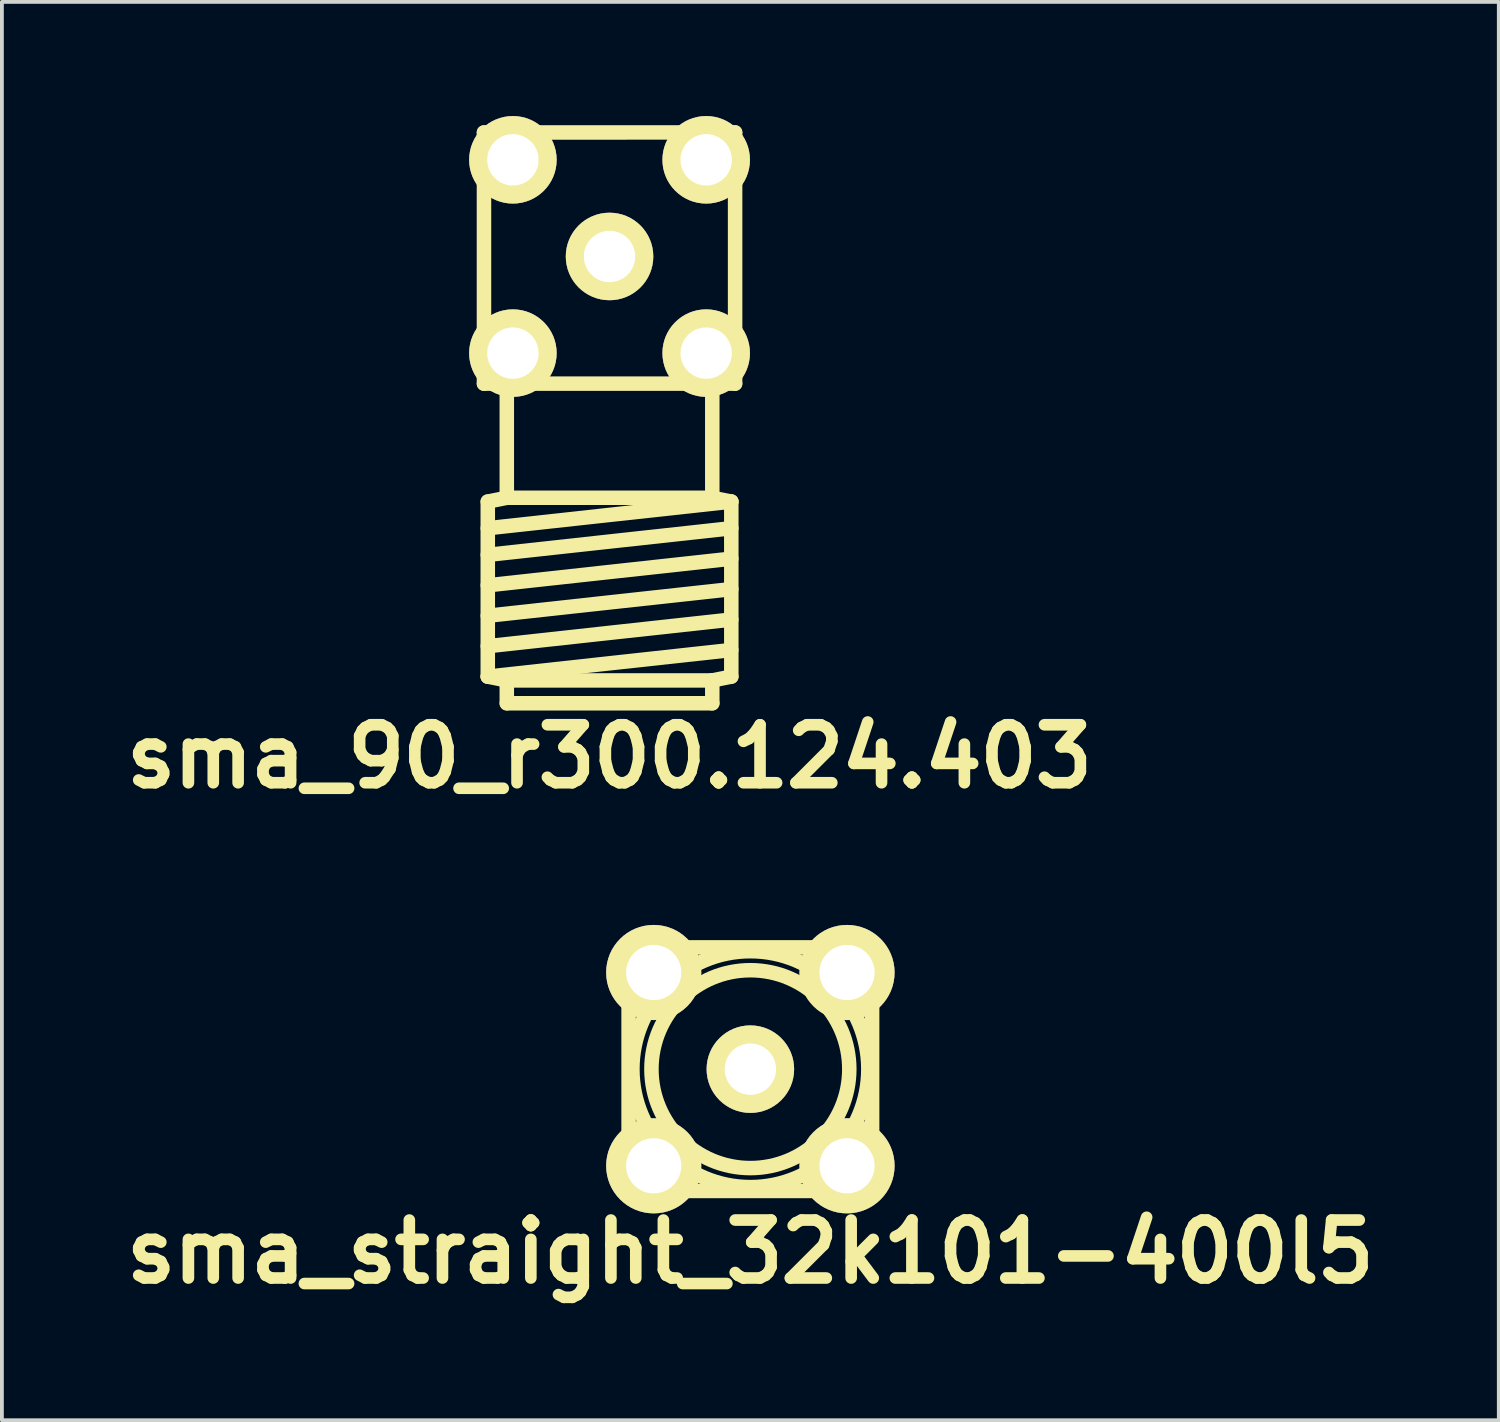
<source format=kicad_pcb>
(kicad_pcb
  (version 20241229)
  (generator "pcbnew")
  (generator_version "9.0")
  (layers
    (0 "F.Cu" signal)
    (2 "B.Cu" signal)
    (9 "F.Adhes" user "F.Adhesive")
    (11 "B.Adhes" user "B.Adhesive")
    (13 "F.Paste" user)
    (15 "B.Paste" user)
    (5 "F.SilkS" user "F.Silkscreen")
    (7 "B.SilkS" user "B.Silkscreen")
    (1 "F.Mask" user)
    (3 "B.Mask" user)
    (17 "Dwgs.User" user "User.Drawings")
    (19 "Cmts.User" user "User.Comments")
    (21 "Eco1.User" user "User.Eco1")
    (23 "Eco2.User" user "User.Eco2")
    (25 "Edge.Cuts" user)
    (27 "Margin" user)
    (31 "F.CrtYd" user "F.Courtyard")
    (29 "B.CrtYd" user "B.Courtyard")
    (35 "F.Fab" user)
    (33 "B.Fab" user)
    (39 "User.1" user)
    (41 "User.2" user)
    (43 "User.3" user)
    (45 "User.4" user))
  (footprint "sma_straight_32k101-400l5"
    (layer "F.Cu")
    (at 16.67 25.048)
    (property "Reference" "sma_straight_32k101-400l5" (at 0 4.8 0) (layer "F.SilkS") (effects (font (size 1.524 1.524) (thickness 0.305))))
    (attr through_hole)
    (fp_line (start -3.2 -3.2) (end -3.2 3.2) (stroke (width 0.381) (type solid)) (layer "F.SilkS"))
    (fp_line (start -3.2 -3.2) (end 3.2 -3.2) (stroke (width 0.381) (type solid)) (layer "F.SilkS"))
    (fp_line (start 3.2 -3.2) (end 3.2 3.2) (stroke (width 0.381) (type solid)) (layer "F.SilkS"))
    (fp_line (start 3.2 3.2) (end -3.2 3.2) (stroke (width 0.381) (type solid)) (layer "F.SilkS"))
    (fp_circle (center 0 0) (end -3.1 0) (stroke (width 0.381) (type solid)) (fill no) (layer "F.SilkS"))
    (fp_circle (center 0 0) (end -2.6 0) (stroke (width 0.381) (type solid)) (fill no) (layer "F.SilkS"))
    (fp_circle (center 0 0) (end -0.7 0) (stroke (width 0.381) (type solid)) (fill no) (layer "F.SilkS"))
    (pad "1" thru_hole circle (at 0 0) (size 2.3 2.3) (drill 1.35) (layers "*.Cu" "*.Mask" "F.SilkS"))
    (pad "2" thru_hole circle (at -2.54 -2.54) (size 2.5 2.5) (drill 1.45) (layers "*.Cu" "*.Mask" "F.SilkS"))
    (pad "2" thru_hole circle (at -2.54 2.54) (size 2.5 2.5) (drill 1.45) (layers "*.Cu" "*.Mask" "F.SilkS"))
    (pad "2" thru_hole circle (at 2.54 -2.54) (size 2.5 2.5) (drill 1.45) (layers "*.Cu" "*.Mask" "F.SilkS"))
    (pad "2" thru_hole circle (at 2.54 2.54) (size 2.5 2.5) (drill 1.45) (layers "*.Cu" "*.Mask" "F.SilkS")))
  (footprint "sma_90_r300.124.403"
    (layer "F.Cu")
    (at 12.969 7.932)
    (property "Reference" "sma_90_r300.124.403" (at 0 8.9 0) (layer "F.SilkS") (effects (font (size 1.524 1.524) (thickness 0.305))))
    (attr through_hole)
    (fp_line (start -3.3 -7.5) (end 3.3 -7.502) (stroke (width 0.381) (type solid)) (layer "F.SilkS"))
    (fp_line (start -3.3 -0.9) (end -3.3 -7.5) (stroke (width 0.381) (type solid)) (layer "F.SilkS"))
    (fp_line (start -3.2 2.2) (end -3.2 6.8) (stroke (width 0.381) (type solid)) (layer "F.SilkS"))
    (fp_line (start -3.2 2.2) (end -2.7 2.1) (stroke (width 0.381) (type solid)) (layer "F.SilkS"))
    (fp_line (start -3.2 2.9) (end 3.2 2.2) (stroke (width 0.381) (type solid)) (layer "F.SilkS"))
    (fp_line (start -3.2 3.6) (end 3.2 2.9) (stroke (width 0.381) (type solid)) (layer "F.SilkS"))
    (fp_line (start -3.2 4.4) (end 3.2 3.7) (stroke (width 0.381) (type solid)) (layer "F.SilkS"))
    (fp_line (start -3.2 5.2) (end 3.2 4.5) (stroke (width 0.381) (type solid)) (layer "F.SilkS"))
    (fp_line (start -3.2 6) (end 3.2 5.3) (stroke (width 0.381) (type solid)) (layer "F.SilkS"))
    (fp_line (start -3.2 6.8) (end -2.7 6.9) (stroke (width 0.381) (type solid)) (layer "F.SilkS"))
    (fp_line (start -3.2 6.8) (end 3.2 6.1) (stroke (width 0.381) (type solid)) (layer "F.SilkS"))
    (fp_line (start -2.7 2.1) (end -2.7 -0.9) (stroke (width 0.381) (type solid)) (layer "F.SilkS"))
    (fp_line (start -2.7 2.1) (end 2.7 2.1) (stroke (width 0.381) (type solid)) (layer "F.SilkS"))
    (fp_line (start -2.7 6.9) (end 2.7 6.9) (stroke (width 0.381) (type solid)) (layer "F.SilkS"))
    (fp_line (start -2.7 7.5) (end -2.7 6.9) (stroke (width 0.381) (type solid)) (layer "F.SilkS"))
    (fp_line (start -2.7 7.5) (end 2.7 7.5) (stroke (width 0.381) (type solid)) (layer "F.SilkS"))
    (fp_line (start 2.7 -0.9) (end 2.7 2.1) (stroke (width 0.381) (type solid)) (layer "F.SilkS"))
    (fp_line (start 2.7 2.1) (end 3.2 2.2) (stroke (width 0.381) (type solid)) (layer "F.SilkS"))
    (fp_line (start 2.7 6.9) (end 3.2 6.8) (stroke (width 0.381) (type solid)) (layer "F.SilkS"))
    (fp_line (start 2.7 7.5) (end 2.7 6.9) (stroke (width 0.381) (type solid)) (layer "F.SilkS"))
    (fp_line (start 3.2 2.2) (end 3.2 6.8) (stroke (width 0.381) (type solid)) (layer "F.SilkS"))
    (fp_line (start 3.3 -7.5) (end 3.3 -0.9) (stroke (width 0.381) (type solid)) (layer "F.SilkS"))
    (fp_line (start 3.3 -0.9) (end -3.3 -0.9) (stroke (width 0.381) (type solid)) (layer "F.SilkS"))
    (pad "1" thru_hole circle (at 0 -4.242) (size 2.3 2.3) (drill 1.35) (layers "*.Cu" "*.Mask" "F.SilkS"))
    (pad "2" thru_hole circle (at -2.54 -6.782) (size 2.3 2.3) (drill 1.35) (layers "*.Cu" "*.Mask" "F.SilkS"))
    (pad "2" thru_hole circle (at -2.54 -1.702) (size 2.3 2.3) (drill 1.35) (layers "*.Cu" "*.Mask" "F.SilkS"))
    (pad "2" thru_hole circle (at 2.54 -6.782) (size 2.3 2.3) (drill 1.35) (layers "*.Cu" "*.Mask" "F.SilkS"))
    (pad "2" thru_hole circle (at 2.54 -1.702) (size 2.3 2.3) (drill 1.35) (layers "*.Cu" "*.Mask" "F.SilkS")))
  (gr_rect
    (start -3 -3)
    (end 36.339 34.275)
    (stroke (width 0.1) (type default))
    (fill no)
    (layer "Edge.Cuts")))
</source>
